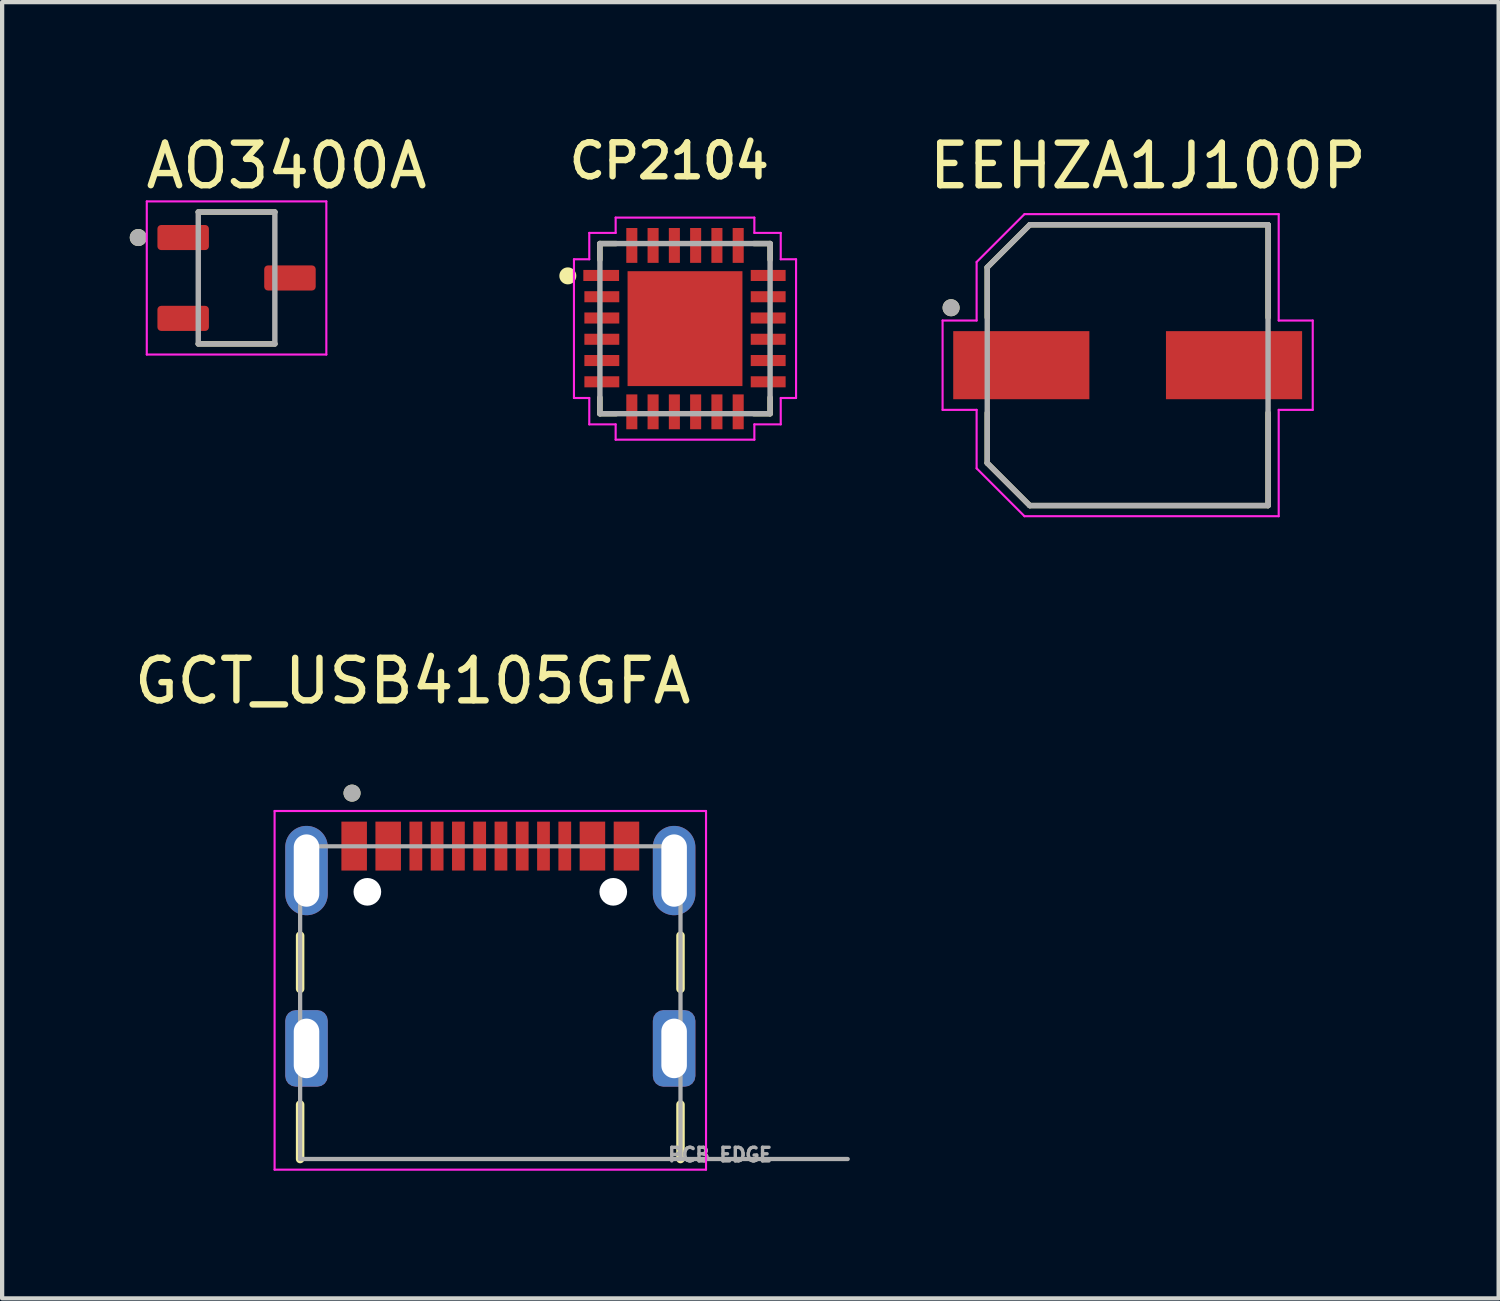
<source format=kicad_pcb>
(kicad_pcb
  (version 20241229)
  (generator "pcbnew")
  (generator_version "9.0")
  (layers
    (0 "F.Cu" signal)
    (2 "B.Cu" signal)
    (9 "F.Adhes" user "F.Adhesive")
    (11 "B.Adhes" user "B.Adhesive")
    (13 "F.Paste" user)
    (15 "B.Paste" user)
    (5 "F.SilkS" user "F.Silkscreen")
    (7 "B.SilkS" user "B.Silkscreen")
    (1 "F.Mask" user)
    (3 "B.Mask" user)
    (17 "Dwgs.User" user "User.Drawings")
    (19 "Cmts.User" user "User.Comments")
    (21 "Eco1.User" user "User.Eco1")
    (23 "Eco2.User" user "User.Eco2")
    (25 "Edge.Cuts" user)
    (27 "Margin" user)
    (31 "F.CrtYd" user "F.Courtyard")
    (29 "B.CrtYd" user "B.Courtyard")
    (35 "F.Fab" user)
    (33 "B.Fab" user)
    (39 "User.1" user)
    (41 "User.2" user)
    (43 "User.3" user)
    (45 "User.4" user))
  (footprint "AO3400A"
    (layer "F.Cu")
    (at 2.51 3.483)
    (property "Reference" "AO3400A" (at 1.175 -2.635 0) (layer "F.SilkS") (effects (font (size 1 1) (thickness 0.15))))
    (attr smd)
    (fp_line (start -0.9 1.55) (end 0.9 1.55) (stroke (width 0.127) (type solid)) (layer "F.SilkS"))
    (fp_line (start 0.9 -1.55) (end -0.9 -1.55) (stroke (width 0.127) (type solid)) (layer "F.SilkS"))
    (fp_circle (center -2.31 -0.95) (end -2.21 -0.95) (stroke (width 0.2) (type solid)) (fill no) (layer "F.SilkS"))
    (fp_line (start -2.11 -1.8) (end 2.11 -1.8) (stroke (width 0.05) (type solid)) (layer "F.CrtYd"))
    (fp_line (start -2.11 1.8) (end -2.11 -1.8) (stroke (width 0.05) (type solid)) (layer "F.CrtYd"))
    (fp_line (start 2.11 -1.8) (end 2.11 1.8) (stroke (width 0.05) (type solid)) (layer "F.CrtYd"))
    (fp_line (start 2.11 1.8) (end -2.11 1.8) (stroke (width 0.05) (type solid)) (layer "F.CrtYd"))
    (fp_line (start -0.9 -1.55) (end -0.9 1.55) (stroke (width 0.127) (type solid)) (layer "F.Fab"))
    (fp_line (start -0.9 1.55) (end 0.9 1.55) (stroke (width 0.127) (type solid)) (layer "F.Fab"))
    (fp_line (start 0.9 -1.55) (end -0.9 -1.55) (stroke (width 0.127) (type solid)) (layer "F.Fab"))
    (fp_line (start 0.9 1.55) (end 0.9 -1.55) (stroke (width 0.127) (type solid)) (layer "F.Fab"))
    (fp_circle (center -2.31 -0.95) (end -2.21 -0.95) (stroke (width 0.2) (type solid)) (fill no) (layer "F.Fab"))
    (pad "1" smd roundrect (at -1.255 -0.95) (size 1.21 0.59) (layers "F.Cu" "F.Mask" "F.Paste") (roundrect_rratio 0.15))
    (pad "2" smd roundrect (at -1.255 0.95) (size 1.21 0.59) (layers "F.Cu" "F.Mask" "F.Paste") (roundrect_rratio 0.15))
    (pad "3" smd roundrect (at 1.255 0) (size 1.21 0.59) (layers "F.Cu" "F.Mask" "F.Paste") (roundrect_rratio 0.15)))
  (footprint "EEHZA1J100P"
    (layer "F.Cu")
    (at 23.454 5.533)
    (property "Reference" "EEHZA1J100P" (at 0.475 -4.685 0) (layer "F.SilkS") (effects (font (size 1 1) (thickness 0.15))))
    (attr smd)
    (fp_line (start -3.3 -2.3) (end -3.3 -1.12) (stroke (width 0.127) (type solid)) (layer "F.SilkS"))
    (fp_line (start -3.3 1.12) (end -3.3 2.3) (stroke (width 0.127) (type solid)) (layer "F.SilkS"))
    (fp_line (start -3.3 2.3) (end -2.3 3.3) (stroke (width 0.127) (type solid)) (layer "F.SilkS"))
    (fp_line (start -2.3 -3.3) (end -3.3 -2.3) (stroke (width 0.127) (type solid)) (layer "F.SilkS"))
    (fp_line (start -2.3 3.3) (end 3.3 3.3) (stroke (width 0.127) (type solid)) (layer "F.SilkS"))
    (fp_line (start 3.3 -3.3) (end -2.3 -3.3) (stroke (width 0.127) (type solid)) (layer "F.SilkS"))
    (fp_line (start 3.3 -1.12) (end 3.3 -3.3) (stroke (width 0.127) (type solid)) (layer "F.SilkS"))
    (fp_line (start 3.3 3.3) (end 3.3 1.12) (stroke (width 0.127) (type solid)) (layer "F.SilkS"))
    (fp_circle (center -4.15 -1.35) (end -4.05 -1.35) (stroke (width 0.2) (type solid)) (fill no) (layer "F.SilkS"))
    (fp_line (start -4.35 -1.05) (end -3.55 -1.05) (stroke (width 0.05) (type solid)) (layer "F.CrtYd"))
    (fp_line (start -4.35 1.05) (end -4.35 -1.05) (stroke (width 0.05) (type solid)) (layer "F.CrtYd"))
    (fp_line (start -3.55 -2.425) (end -2.425 -3.55) (stroke (width 0.05) (type solid)) (layer "F.CrtYd"))
    (fp_line (start -3.55 -1.05) (end -3.55 -2.425) (stroke (width 0.05) (type solid)) (layer "F.CrtYd"))
    (fp_line (start -3.55 1.05) (end -4.35 1.05) (stroke (width 0.05) (type solid)) (layer "F.CrtYd"))
    (fp_line (start -3.55 2.425) (end -3.55 1.05) (stroke (width 0.05) (type solid)) (layer "F.CrtYd"))
    (fp_line (start -2.425 -3.55) (end 3.55 -3.55) (stroke (width 0.05) (type solid)) (layer "F.CrtYd"))
    (fp_line (start -2.425 3.55) (end -3.55 2.425) (stroke (width 0.05) (type solid)) (layer "F.CrtYd"))
    (fp_line (start 3.55 -3.55) (end 3.55 -1.05) (stroke (width 0.05) (type solid)) (layer "F.CrtYd"))
    (fp_line (start 3.55 -1.05) (end 4.35 -1.05) (stroke (width 0.05) (type solid)) (layer "F.CrtYd"))
    (fp_line (start 3.55 1.05) (end 3.55 3.55) (stroke (width 0.05) (type solid)) (layer "F.CrtYd"))
    (fp_line (start 3.55 3.55) (end -2.425 3.55) (stroke (width 0.05) (type solid)) (layer "F.CrtYd"))
    (fp_line (start 4.35 -1.05) (end 4.35 1.05) (stroke (width 0.05) (type solid)) (layer "F.CrtYd"))
    (fp_line (start 4.35 1.05) (end 3.55 1.05) (stroke (width 0.05) (type solid)) (layer "F.CrtYd"))
    (fp_line (start -3.3 -2.3) (end -3.3 2.3) (stroke (width 0.127) (type solid)) (layer "F.Fab"))
    (fp_line (start -3.3 2.3) (end -2.3 3.3) (stroke (width 0.127) (type solid)) (layer "F.Fab"))
    (fp_line (start -2.3 -3.3) (end -3.3 -2.3) (stroke (width 0.127) (type solid)) (layer "F.Fab"))
    (fp_line (start -2.3 3.3) (end 3.3 3.3) (stroke (width 0.127) (type solid)) (layer "F.Fab"))
    (fp_line (start 3.3 -3.3) (end -2.3 -3.3) (stroke (width 0.127) (type solid)) (layer "F.Fab"))
    (fp_line (start 3.3 3.3) (end 3.3 -3.3) (stroke (width 0.127) (type solid)) (layer "F.Fab"))
    (fp_circle (center -4.15 -1.35) (end -4.05 -1.35) (stroke (width 0.2) (type solid)) (fill no) (layer "F.Fab"))
    (pad "1" smd rect (at -2.5 0) (size 3.2 1.6) (layers "F.Cu" "F.Mask" "F.Paste"))
    (pad "2" smd rect (at 2.5 0) (size 3.2 1.6) (layers "F.Cu" "F.Mask" "F.Paste")))
  (footprint "GCT_USB4105GFA"
    (layer "F.Cu")
    (at 8.474 21.591)
    (property "Reference" "GCT_USB4105GFA" (at -1.825 -8.635 0) (layer "F.SilkS") (effects (font (size 1 1) (thickness 0.15))))
    (attr smd)
    (fp_line (start -4.47 -2.65) (end -4.47 -1.4) (stroke (width 0.2) (type solid)) (layer "F.SilkS"))
    (fp_line (start -4.47 1.32) (end -4.47 2.6) (stroke (width 0.2) (type solid)) (layer "F.SilkS"))
    (fp_line (start 4.47 -2.65) (end 4.47 -1.4) (stroke (width 0.2) (type solid)) (layer "F.SilkS"))
    (fp_line (start 4.47 2.6) (end 4.47 1.32) (stroke (width 0.2) (type solid)) (layer "F.SilkS"))
    (fp_circle (center -3.25 -6) (end -3.15 -6) (stroke (width 0.2) (type solid)) (fill no) (layer "F.SilkS"))
    (fp_line (start -5.07 -5.58) (end -5.07 2.85) (stroke (width 0.05) (type solid)) (layer "F.CrtYd"))
    (fp_line (start -5.07 2.85) (end 5.07 2.85) (stroke (width 0.05) (type solid)) (layer "F.CrtYd"))
    (fp_line (start 5.07 -5.58) (end -5.07 -5.58) (stroke (width 0.05) (type solid)) (layer "F.CrtYd"))
    (fp_line (start 5.07 2.85) (end 5.07 -5.58) (stroke (width 0.05) (type solid)) (layer "F.CrtYd"))
    (fp_line (start -4.47 -4.75) (end 4.47 -4.75) (stroke (width 0.1) (type solid)) (layer "F.Fab"))
    (fp_line (start -4.47 2.6) (end -4.47 -4.75) (stroke (width 0.1) (type solid)) (layer "F.Fab"))
    (fp_line (start 4.47 -4.75) (end 4.47 2.6) (stroke (width 0.1) (type solid)) (layer "F.Fab"))
    (fp_line (start 4.47 2.6) (end -4.47 2.6) (stroke (width 0.1) (type solid)) (layer "F.Fab"))
    (fp_line (start 4.47 2.6) (end 8.4 2.6) (stroke (width 0.1) (type solid)) (layer "F.Fab"))
    (fp_circle (center -3.25 -6) (end -3.15 -6) (stroke (width 0.2) (type solid)) (fill no) (layer "F.Fab"))
    (fp_text user "PCB EDGE" (at 5.4 2.5 0) (layer "F.Fab") (effects (font (size 0.32 0.32) (thickness 0.15))))
    (pad "" np_thru_hole circle (at -2.89 -3.68) (size 0.65 0.65) (drill 0.65) (layers "*.Cu" "*.Mask"))
    (pad "" np_thru_hole circle (at 2.89 -3.68) (size 0.65 0.65) (drill 0.65) (layers "*.Cu" "*.Mask"))
    (pad "A1_B12" smd rect (at -3.2 -4.755) (size 0.6 1.15) (layers "F.Cu" "F.Mask" "F.Paste"))
    (pad "A4_B9" smd rect (at -2.4 -4.755) (size 0.6 1.15) (layers "F.Cu" "F.Mask" "F.Paste"))
    (pad "A5" smd rect (at -1.25 -4.755) (size 0.3 1.15) (layers "F.Cu" "F.Mask" "F.Paste"))
    (pad "A6" smd rect (at -0.25 -4.755) (size 0.3 1.15) (layers "F.Cu" "F.Mask" "F.Paste"))
    (pad "A7" smd rect (at 0.25 -4.755) (size 0.3 1.15) (layers "F.Cu" "F.Mask" "F.Paste"))
    (pad "A8" smd rect (at 1.25 -4.755) (size 0.3 1.15) (layers "F.Cu" "F.Mask" "F.Paste"))
    (pad "B1_A12" smd rect (at 3.2 -4.755) (size 0.6 1.15) (layers "F.Cu" "F.Mask" "F.Paste"))
    (pad "B4_A9" smd rect (at 2.4 -4.755) (size 0.6 1.15) (layers "F.Cu" "F.Mask" "F.Paste"))
    (pad "B5" smd rect (at 1.75 -4.755) (size 0.3 1.15) (layers "F.Cu" "F.Mask" "F.Paste"))
    (pad "B6" smd rect (at 0.75 -4.755) (size 0.3 1.15) (layers "F.Cu" "F.Mask" "F.Paste"))
    (pad "B7" smd rect (at -0.75 -4.755) (size 0.3 1.15) (layers "F.Cu" "F.Mask" "F.Paste"))
    (pad "B8" smd rect (at -1.75 -4.755) (size 0.3 1.15) (layers "F.Cu" "F.Mask" "F.Paste"))
    (pad "SH1" thru_hole oval (at -4.32 -4.18) (size 1 2.1) (drill oval 0.6 1.7) (layers "*.Cu" "*.Mask"))
    (pad "SH2" thru_hole oval (at 4.32 -4.18) (size 1 2.1) (drill oval 0.6 1.7) (layers "*.Cu" "*.Mask"))
    (pad "SH3" thru_hole roundrect (at -4.32 0) (size 1 1.8) (drill oval 0.6 1.4) (layers "*.Cu" "*.Mask") (roundrect_rratio 0.25))
    (pad "SH4" thru_hole roundrect (at 4.32 0) (size 1 1.8) (drill oval 0.6 1.4) (layers "*.Cu" "*.Mask") (roundrect_rratio 0.25)))
  (footprint "CP2104"
    (layer "F.Cu")
    (at 13.05 4.674)
    (property "Reference" "CP2104" (at -0.369 -3.943 0) (layer "F.SilkS") (effects (font (size 0.8 0.8) (thickness 0.15))))
    (attr smd)
    (fp_line (start -2 -2) (end -2 -1.62) (stroke (width 0.127) (type solid)) (layer "F.SilkS"))
    (fp_line (start -2 1.62) (end -2 2) (stroke (width 0.127) (type solid)) (layer "F.SilkS"))
    (fp_line (start -2 2) (end -1.62 2) (stroke (width 0.127) (type solid)) (layer "F.SilkS"))
    (fp_line (start -1.62 -2) (end -2 -2) (stroke (width 0.127) (type solid)) (layer "F.SilkS"))
    (fp_line (start 1.62 2) (end 2 2) (stroke (width 0.127) (type solid)) (layer "F.SilkS"))
    (fp_line (start 2 -2) (end 1.62 -2) (stroke (width 0.127) (type solid)) (layer "F.SilkS"))
    (fp_line (start 2 -1.62) (end 2 -2) (stroke (width 0.127) (type solid)) (layer "F.SilkS"))
    (fp_line (start 2 2) (end 2 1.62) (stroke (width 0.127) (type solid)) (layer "F.SilkS"))
    (fp_circle (center -2.754 -1.24) (end -2.654 -1.24) (stroke (width 0.2) (type solid)) (fill no) (layer "F.SilkS"))
    (fp_poly (pts (xy -1.09 -1.09) (xy -0.13 -1.09) (xy -0.13 -0.13) (xy -1.09 -0.13)) (stroke (width 0.01) (type solid)) (fill yes) (layer "F.Paste"))
    (fp_poly (pts (xy -1.09 0.13) (xy -0.13 0.13) (xy -0.13 1.09) (xy -1.09 1.09)) (stroke (width 0.01) (type solid)) (fill yes) (layer "F.Paste"))
    (fp_poly (pts (xy 0.13 -1.09) (xy 1.09 -1.09) (xy 1.09 -0.13) (xy 0.13 -0.13)) (stroke (width 0.01) (type solid)) (fill yes) (layer "F.Paste"))
    (fp_poly (pts (xy 0.13 0.13) (xy 1.09 0.13) (xy 1.09 1.09) (xy 0.13 1.09)) (stroke (width 0.01) (type solid)) (fill yes) (layer "F.Paste"))
    (fp_line (start -2.61 -1.63) (end -2.61 1.63) (stroke (width 0.05) (type solid)) (layer "F.CrtYd"))
    (fp_line (start -2.61 1.63) (end -2.25 1.63) (stroke (width 0.05) (type solid)) (layer "F.CrtYd"))
    (fp_line (start -2.25 -2.25) (end -2.25 -1.63) (stroke (width 0.05) (type solid)) (layer "F.CrtYd"))
    (fp_line (start -2.25 -1.63) (end -2.61 -1.63) (stroke (width 0.05) (type solid)) (layer "F.CrtYd"))
    (fp_line (start -2.25 1.63) (end -2.25 2.25) (stroke (width 0.05) (type solid)) (layer "F.CrtYd"))
    (fp_line (start -2.25 2.25) (end -1.63 2.25) (stroke (width 0.05) (type solid)) (layer "F.CrtYd"))
    (fp_line (start -1.63 -2.61) (end -1.63 -2.25) (stroke (width 0.05) (type solid)) (layer "F.CrtYd"))
    (fp_line (start -1.63 -2.61) (end 1.63 -2.61) (stroke (width 0.05) (type solid)) (layer "F.CrtYd"))
    (fp_line (start -1.63 -2.25) (end -2.25 -2.25) (stroke (width 0.05) (type solid)) (layer "F.CrtYd"))
    (fp_line (start -1.63 2.25) (end -1.63 2.61) (stroke (width 0.05) (type solid)) (layer "F.CrtYd"))
    (fp_line (start 1.63 -2.25) (end 1.63 -2.61) (stroke (width 0.05) (type solid)) (layer "F.CrtYd"))
    (fp_line (start 1.63 2.25) (end 2.25 2.25) (stroke (width 0.05) (type solid)) (layer "F.CrtYd"))
    (fp_line (start 1.63 2.61) (end -1.63 2.61) (stroke (width 0.05) (type solid)) (layer "F.CrtYd"))
    (fp_line (start 1.63 2.61) (end 1.63 2.25) (stroke (width 0.05) (type solid)) (layer "F.CrtYd"))
    (fp_line (start 2.25 -2.25) (end 1.63 -2.25) (stroke (width 0.05) (type solid)) (layer "F.CrtYd"))
    (fp_line (start 2.25 -1.63) (end 2.25 -2.25) (stroke (width 0.05) (type solid)) (layer "F.CrtYd"))
    (fp_line (start 2.25 1.63) (end 2.61 1.63) (stroke (width 0.05) (type solid)) (layer "F.CrtYd"))
    (fp_line (start 2.25 2.25) (end 2.25 1.63) (stroke (width 0.05) (type solid)) (layer "F.CrtYd"))
    (fp_line (start 2.61 -1.63) (end 2.25 -1.63) (stroke (width 0.05) (type solid)) (layer "F.CrtYd"))
    (fp_line (start 2.61 1.63) (end 2.61 -1.63) (stroke (width 0.05) (type solid)) (layer "F.CrtYd"))
    (fp_line (start -2 -2) (end -2 2) (stroke (width 0.127) (type solid)) (layer "F.Fab"))
    (fp_line (start -2 2) (end 2 2) (stroke (width 0.127) (type solid)) (layer "F.Fab"))
    (fp_line (start 2 -2) (end -2 -2) (stroke (width 0.127) (type solid)) (layer "F.Fab"))
    (fp_line (start 2 2) (end 2 -2) (stroke (width 0.127) (type solid)) (layer "F.Fab"))
    (pad "1" smd roundrect (at -1.97 -1.25) (size 0.84 0.26) (layers "F.Cu" "F.Mask" "F.Paste") (roundrect_rratio 0.01))
    (pad "2" smd roundrect (at -1.955 -0.75) (size 0.82 0.26) (layers "F.Cu" "F.Mask" "F.Paste") (roundrect_rratio 0.01))
    (pad "3" smd roundrect (at -1.955 -0.25) (size 0.82 0.26) (layers "F.Cu" "F.Mask" "F.Paste") (roundrect_rratio 0.01))
    (pad "4" smd roundrect (at -1.955 0.25) (size 0.82 0.26) (layers "F.Cu" "F.Mask" "F.Paste") (roundrect_rratio 0.01))
    (pad "5" smd roundrect (at -1.955 0.75) (size 0.82 0.26) (layers "F.Cu" "F.Mask" "F.Paste") (roundrect_rratio 0.01))
    (pad "6" smd roundrect (at -1.955 1.25) (size 0.82 0.26) (layers "F.Cu" "F.Mask" "F.Paste") (roundrect_rratio 0.01))
    (pad "7" smd roundrect (at -1.25 1.955 90) (size 0.82 0.26) (layers "F.Cu" "F.Mask" "F.Paste") (roundrect_rratio 0.01))
    (pad "8" smd roundrect (at -0.75 1.955 90) (size 0.82 0.26) (layers "F.Cu" "F.Mask" "F.Paste") (roundrect_rratio 0.01))
    (pad "9" smd roundrect (at -0.25 1.955 90) (size 0.82 0.26) (layers "F.Cu" "F.Mask" "F.Paste") (roundrect_rratio 0.01))
    (pad "10" smd roundrect (at 0.25 1.955 90) (size 0.82 0.26) (layers "F.Cu" "F.Mask" "F.Paste") (roundrect_rratio 0.01))
    (pad "11" smd roundrect (at 0.75 1.955 90) (size 0.82 0.26) (layers "F.Cu" "F.Mask" "F.Paste") (roundrect_rratio 0.01))
    (pad "12" smd roundrect (at 1.25 1.955 90) (size 0.82 0.26) (layers "F.Cu" "F.Mask" "F.Paste") (roundrect_rratio 0.01))
    (pad "13" smd roundrect (at 1.955 1.25 180) (size 0.82 0.26) (layers "F.Cu" "F.Mask" "F.Paste") (roundrect_rratio 0.01))
    (pad "14" smd roundrect (at 1.955 0.75 180) (size 0.82 0.26) (layers "F.Cu" "F.Mask" "F.Paste") (roundrect_rratio 0.01))
    (pad "15" smd roundrect (at 1.955 0.25 180) (size 0.82 0.26) (layers "F.Cu" "F.Mask" "F.Paste") (roundrect_rratio 0.01))
    (pad "16" smd roundrect (at 1.955 -0.25 180) (size 0.82 0.26) (layers "F.Cu" "F.Mask" "F.Paste") (roundrect_rratio 0.01))
    (pad "17" smd roundrect (at 1.955 -0.75 180) (size 0.82 0.26) (layers "F.Cu" "F.Mask" "F.Paste") (roundrect_rratio 0.01))
    (pad "18" smd roundrect (at 1.955 -1.25 180) (size 0.82 0.26) (layers "F.Cu" "F.Mask" "F.Paste") (roundrect_rratio 0.01))
    (pad "19" smd roundrect (at 1.25 -1.955 270) (size 0.82 0.26) (layers "F.Cu" "F.Mask" "F.Paste") (roundrect_rratio 0.01))
    (pad "20" smd roundrect (at 0.75 -1.955 270) (size 0.82 0.26) (layers "F.Cu" "F.Mask" "F.Paste") (roundrect_rratio 0.01))
    (pad "21" smd roundrect (at 0.25 -1.955 270) (size 0.82 0.26) (layers "F.Cu" "F.Mask" "F.Paste") (roundrect_rratio 0.01))
    (pad "22" smd roundrect (at -0.25 -1.955 270) (size 0.82 0.26) (layers "F.Cu" "F.Mask" "F.Paste") (roundrect_rratio 0.01))
    (pad "23" smd roundrect (at -0.75 -1.955 270) (size 0.82 0.26) (layers "F.Cu" "F.Mask" "F.Paste") (roundrect_rratio 0.01))
    (pad "24" smd roundrect (at -1.25 -1.955 270) (size 0.82 0.26) (layers "F.Cu" "F.Mask" "F.Paste") (roundrect_rratio 0.01))
    (pad "25" smd rect (at 0 0) (size 2.7 2.7) (layers "F.Cu" "F.Mask")))
  (gr_rect
    (start -3 -3)
    (end 32.173 27.466)
    (stroke (width 0.1) (type default))
    (fill no)
    (layer "Edge.Cuts")))
</source>
